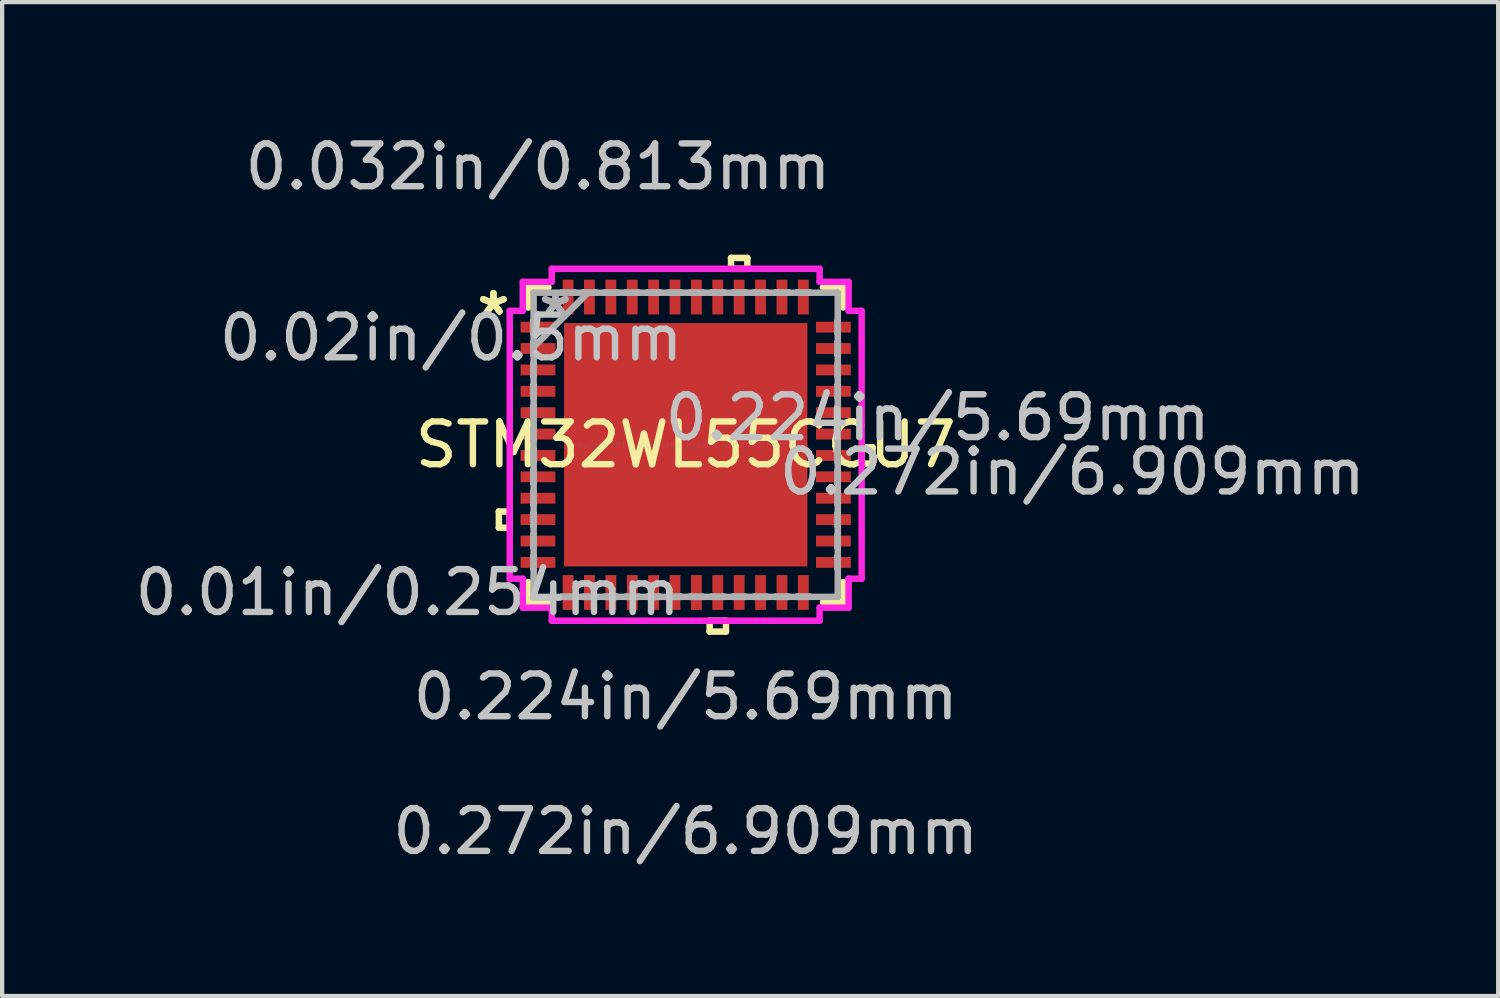
<source format=kicad_pcb>
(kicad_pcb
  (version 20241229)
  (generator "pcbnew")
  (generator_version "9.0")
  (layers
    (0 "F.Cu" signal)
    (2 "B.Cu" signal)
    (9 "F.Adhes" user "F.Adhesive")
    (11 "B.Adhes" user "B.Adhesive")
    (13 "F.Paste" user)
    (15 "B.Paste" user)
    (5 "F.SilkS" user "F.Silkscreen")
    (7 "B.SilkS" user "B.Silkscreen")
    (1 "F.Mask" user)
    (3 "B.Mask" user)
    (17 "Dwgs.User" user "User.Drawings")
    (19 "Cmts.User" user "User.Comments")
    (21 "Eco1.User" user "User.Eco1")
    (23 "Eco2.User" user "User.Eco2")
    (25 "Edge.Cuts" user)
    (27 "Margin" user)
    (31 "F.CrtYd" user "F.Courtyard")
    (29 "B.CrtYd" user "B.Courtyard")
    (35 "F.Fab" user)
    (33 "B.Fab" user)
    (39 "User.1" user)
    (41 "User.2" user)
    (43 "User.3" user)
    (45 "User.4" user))
  (footprint "STM32WL55CCU7"
    (layer "F.Cu")
    (at 12.985 7.351)
    (property "Reference" "STM32WL55CCU7" (at 0 0 0) (layer "F.SilkS") (effects (font (size 1 1) (thickness 0.15))))
    (attr through_hole)
    (fp_line (start -4.369 1.56) (end -4.369 1.941) (stroke (width 0.152) (type solid)) (layer "F.SilkS"))
    (fp_line (start -4.369 1.941) (end -4.115 1.941) (stroke (width 0.152) (type solid)) (layer "F.SilkS"))
    (fp_line (start -4.115 1.56) (end -4.369 1.56) (stroke (width 0.152) (type solid)) (layer "F.SilkS"))
    (fp_line (start -4.115 1.941) (end -4.115 1.56) (stroke (width 0.152) (type solid)) (layer "F.SilkS"))
    (fp_line (start -3.683 -3.683) (end -3.683 -3.21) (stroke (width 0.152) (type solid)) (layer "F.SilkS"))
    (fp_line (start -3.683 3.21) (end -3.683 3.683) (stroke (width 0.152) (type solid)) (layer "F.SilkS"))
    (fp_line (start -3.683 3.683) (end -3.21 3.683) (stroke (width 0.152) (type solid)) (layer "F.SilkS"))
    (fp_line (start -3.21 -3.683) (end -3.683 -3.683) (stroke (width 0.152) (type solid)) (layer "F.SilkS"))
    (fp_line (start 0.56 4.115) (end 0.56 4.369) (stroke (width 0.152) (type solid)) (layer "F.SilkS"))
    (fp_line (start 0.56 4.369) (end 0.941 4.369) (stroke (width 0.152) (type solid)) (layer "F.SilkS"))
    (fp_line (start 0.941 4.115) (end 0.56 4.115) (stroke (width 0.152) (type solid)) (layer "F.SilkS"))
    (fp_line (start 0.941 4.369) (end 0.941 4.115) (stroke (width 0.152) (type solid)) (layer "F.SilkS"))
    (fp_line (start 1.06 -4.369) (end 1.441 -4.369) (stroke (width 0.152) (type solid)) (layer "F.SilkS"))
    (fp_line (start 1.06 -4.115) (end 1.06 -4.369) (stroke (width 0.152) (type solid)) (layer "F.SilkS"))
    (fp_line (start 1.441 -4.369) (end 1.441 -4.115) (stroke (width 0.152) (type solid)) (layer "F.SilkS"))
    (fp_line (start 1.441 -4.115) (end 1.06 -4.115) (stroke (width 0.152) (type solid)) (layer "F.SilkS"))
    (fp_line (start 3.21 3.683) (end 3.683 3.683) (stroke (width 0.152) (type solid)) (layer "F.SilkS"))
    (fp_line (start 3.683 -3.683) (end 3.21 -3.683) (stroke (width 0.152) (type solid)) (layer "F.SilkS"))
    (fp_line (start 3.683 -3.21) (end 3.683 -3.683) (stroke (width 0.152) (type solid)) (layer "F.SilkS"))
    (fp_line (start 3.683 3.683) (end 3.683 3.21) (stroke (width 0.152) (type solid)) (layer "F.SilkS"))
    (fp_line (start 4.115 0.06) (end 4.369 0.06) (stroke (width 0.152) (type solid)) (layer "F.SilkS"))
    (fp_line (start 4.115 0.441) (end 4.115 0.06) (stroke (width 0.152) (type solid)) (layer "F.SilkS"))
    (fp_line (start 4.369 0.06) (end 4.369 0.441) (stroke (width 0.152) (type solid)) (layer "F.SilkS"))
    (fp_line (start 4.369 0.441) (end 4.115 0.441) (stroke (width 0.152) (type solid)) (layer "F.SilkS"))
    (fp_line (start -2.745 -2.745) (end -2.745 -1.522) (stroke (width 0.152) (type solid)) (layer "F.Paste"))
    (fp_line (start -2.745 -1.522) (end -1.522 -1.522) (stroke (width 0.152) (type solid)) (layer "F.Paste"))
    (fp_line (start -2.745 -1.322) (end -2.745 -0.1) (stroke (width 0.152) (type solid)) (layer "F.Paste"))
    (fp_line (start -2.745 -0.1) (end -1.522 -0.1) (stroke (width 0.152) (type solid)) (layer "F.Paste"))
    (fp_line (start -2.745 0.1) (end -2.745 1.322) (stroke (width 0.152) (type solid)) (layer "F.Paste"))
    (fp_line (start -2.745 1.322) (end -1.522 1.322) (stroke (width 0.152) (type solid)) (layer "F.Paste"))
    (fp_line (start -2.745 1.522) (end -2.745 2.745) (stroke (width 0.152) (type solid)) (layer "F.Paste"))
    (fp_line (start -2.745 2.745) (end -1.522 2.745) (stroke (width 0.152) (type solid)) (layer "F.Paste"))
    (fp_line (start -1.522 -2.745) (end -2.745 -2.745) (stroke (width 0.152) (type solid)) (layer "F.Paste"))
    (fp_line (start -1.522 -1.522) (end -1.522 -2.745) (stroke (width 0.152) (type solid)) (layer "F.Paste"))
    (fp_line (start -1.522 -1.322) (end -2.745 -1.322) (stroke (width 0.152) (type solid)) (layer "F.Paste"))
    (fp_line (start -1.522 -0.1) (end -1.522 -1.322) (stroke (width 0.152) (type solid)) (layer "F.Paste"))
    (fp_line (start -1.522 0.1) (end -2.745 0.1) (stroke (width 0.152) (type solid)) (layer "F.Paste"))
    (fp_line (start -1.522 1.322) (end -1.522 0.1) (stroke (width 0.152) (type solid)) (layer "F.Paste"))
    (fp_line (start -1.522 1.522) (end -2.745 1.522) (stroke (width 0.152) (type solid)) (layer "F.Paste"))
    (fp_line (start -1.522 2.745) (end -1.522 1.522) (stroke (width 0.152) (type solid)) (layer "F.Paste"))
    (fp_line (start -1.322 -2.745) (end -1.322 -1.522) (stroke (width 0.152) (type solid)) (layer "F.Paste"))
    (fp_line (start -1.322 -1.522) (end -0.1 -1.522) (stroke (width 0.152) (type solid)) (layer "F.Paste"))
    (fp_line (start -1.322 -1.322) (end -1.322 -0.1) (stroke (width 0.152) (type solid)) (layer "F.Paste"))
    (fp_line (start -1.322 -0.1) (end -0.1 -0.1) (stroke (width 0.152) (type solid)) (layer "F.Paste"))
    (fp_line (start -1.322 0.1) (end -1.322 1.322) (stroke (width 0.152) (type solid)) (layer "F.Paste"))
    (fp_line (start -1.322 1.322) (end -0.1 1.322) (stroke (width 0.152) (type solid)) (layer "F.Paste"))
    (fp_line (start -1.322 1.522) (end -1.322 2.745) (stroke (width 0.152) (type solid)) (layer "F.Paste"))
    (fp_line (start -1.322 2.745) (end -0.1 2.745) (stroke (width 0.152) (type solid)) (layer "F.Paste"))
    (fp_line (start -0.1 -2.745) (end -1.322 -2.745) (stroke (width 0.152) (type solid)) (layer "F.Paste"))
    (fp_line (start -0.1 -1.522) (end -0.1 -2.745) (stroke (width 0.152) (type solid)) (layer "F.Paste"))
    (fp_line (start -0.1 -1.322) (end -1.322 -1.322) (stroke (width 0.152) (type solid)) (layer "F.Paste"))
    (fp_line (start -0.1 -0.1) (end -0.1 -1.322) (stroke (width 0.152) (type solid)) (layer "F.Paste"))
    (fp_line (start -0.1 0.1) (end -1.322 0.1) (stroke (width 0.152) (type solid)) (layer "F.Paste"))
    (fp_line (start -0.1 1.322) (end -0.1 0.1) (stroke (width 0.152) (type solid)) (layer "F.Paste"))
    (fp_line (start -0.1 1.522) (end -1.322 1.522) (stroke (width 0.152) (type solid)) (layer "F.Paste"))
    (fp_line (start -0.1 2.745) (end -0.1 1.522) (stroke (width 0.152) (type solid)) (layer "F.Paste"))
    (fp_line (start 0.1 -2.745) (end 0.1 -1.522) (stroke (width 0.152) (type solid)) (layer "F.Paste"))
    (fp_line (start 0.1 -1.522) (end 1.322 -1.522) (stroke (width 0.152) (type solid)) (layer "F.Paste"))
    (fp_line (start 0.1 -1.322) (end 0.1 -0.1) (stroke (width 0.152) (type solid)) (layer "F.Paste"))
    (fp_line (start 0.1 -0.1) (end 1.322 -0.1) (stroke (width 0.152) (type solid)) (layer "F.Paste"))
    (fp_line (start 0.1 0.1) (end 0.1 1.322) (stroke (width 0.152) (type solid)) (layer "F.Paste"))
    (fp_line (start 0.1 1.322) (end 1.322 1.322) (stroke (width 0.152) (type solid)) (layer "F.Paste"))
    (fp_line (start 0.1 1.522) (end 0.1 2.745) (stroke (width 0.152) (type solid)) (layer "F.Paste"))
    (fp_line (start 0.1 2.745) (end 1.322 2.745) (stroke (width 0.152) (type solid)) (layer "F.Paste"))
    (fp_line (start 1.322 -2.745) (end 0.1 -2.745) (stroke (width 0.152) (type solid)) (layer "F.Paste"))
    (fp_line (start 1.322 -1.522) (end 1.322 -2.745) (stroke (width 0.152) (type solid)) (layer "F.Paste"))
    (fp_line (start 1.322 -1.322) (end 0.1 -1.322) (stroke (width 0.152) (type solid)) (layer "F.Paste"))
    (fp_line (start 1.322 -0.1) (end 1.322 -1.322) (stroke (width 0.152) (type solid)) (layer "F.Paste"))
    (fp_line (start 1.322 0.1) (end 0.1 0.1) (stroke (width 0.152) (type solid)) (layer "F.Paste"))
    (fp_line (start 1.322 1.322) (end 1.322 0.1) (stroke (width 0.152) (type solid)) (layer "F.Paste"))
    (fp_line (start 1.322 1.522) (end 0.1 1.522) (stroke (width 0.152) (type solid)) (layer "F.Paste"))
    (fp_line (start 1.322 2.745) (end 1.322 1.522) (stroke (width 0.152) (type solid)) (layer "F.Paste"))
    (fp_line (start 1.522 -2.745) (end 1.522 -1.522) (stroke (width 0.152) (type solid)) (layer "F.Paste"))
    (fp_line (start 1.522 -1.522) (end 2.745 -1.522) (stroke (width 0.152) (type solid)) (layer "F.Paste"))
    (fp_line (start 1.522 -1.322) (end 1.522 -0.1) (stroke (width 0.152) (type solid)) (layer "F.Paste"))
    (fp_line (start 1.522 -0.1) (end 2.745 -0.1) (stroke (width 0.152) (type solid)) (layer "F.Paste"))
    (fp_line (start 1.522 0.1) (end 1.522 1.322) (stroke (width 0.152) (type solid)) (layer "F.Paste"))
    (fp_line (start 1.522 1.322) (end 2.745 1.322) (stroke (width 0.152) (type solid)) (layer "F.Paste"))
    (fp_line (start 1.522 1.522) (end 1.522 2.745) (stroke (width 0.152) (type solid)) (layer "F.Paste"))
    (fp_line (start 1.522 2.745) (end 2.745 2.745) (stroke (width 0.152) (type solid)) (layer "F.Paste"))
    (fp_line (start 2.745 -2.745) (end 1.522 -2.745) (stroke (width 0.152) (type solid)) (layer "F.Paste"))
    (fp_line (start 2.745 -1.522) (end 2.745 -2.745) (stroke (width 0.152) (type solid)) (layer "F.Paste"))
    (fp_line (start 2.745 -1.322) (end 1.522 -1.322) (stroke (width 0.152) (type solid)) (layer "F.Paste"))
    (fp_line (start 2.745 -0.1) (end 2.745 -1.322) (stroke (width 0.152) (type solid)) (layer "F.Paste"))
    (fp_line (start 2.745 0.1) (end 1.522 0.1) (stroke (width 0.152) (type solid)) (layer "F.Paste"))
    (fp_line (start 2.745 1.322) (end 2.745 0.1) (stroke (width 0.152) (type solid)) (layer "F.Paste"))
    (fp_line (start 2.745 1.522) (end 1.522 1.522) (stroke (width 0.152) (type solid)) (layer "F.Paste"))
    (fp_line (start 2.745 2.745) (end 2.745 1.522) (stroke (width 0.152) (type solid)) (layer "F.Paste"))
    (fp_line (start -4.115 -3.132) (end -3.81 -3.132) (stroke (width 0.152) (type solid)) (layer "F.CrtYd"))
    (fp_line (start -4.115 3.132) (end -4.115 -3.132) (stroke (width 0.152) (type solid)) (layer "F.CrtYd"))
    (fp_line (start -3.81 -3.81) (end -3.132 -3.81) (stroke (width 0.152) (type solid)) (layer "F.CrtYd"))
    (fp_line (start -3.81 -3.132) (end -3.81 -3.81) (stroke (width 0.152) (type solid)) (layer "F.CrtYd"))
    (fp_line (start -3.81 3.132) (end -4.115 3.132) (stroke (width 0.152) (type solid)) (layer "F.CrtYd"))
    (fp_line (start -3.81 3.81) (end -3.81 3.132) (stroke (width 0.152) (type solid)) (layer "F.CrtYd"))
    (fp_line (start -3.132 -4.115) (end 3.132 -4.115) (stroke (width 0.152) (type solid)) (layer "F.CrtYd"))
    (fp_line (start -3.132 -3.81) (end -3.132 -4.115) (stroke (width 0.152) (type solid)) (layer "F.CrtYd"))
    (fp_line (start -3.132 3.81) (end -3.81 3.81) (stroke (width 0.152) (type solid)) (layer "F.CrtYd"))
    (fp_line (start -3.132 4.115) (end -3.132 3.81) (stroke (width 0.152) (type solid)) (layer "F.CrtYd"))
    (fp_line (start 3.132 -4.115) (end 3.132 -3.81) (stroke (width 0.152) (type solid)) (layer "F.CrtYd"))
    (fp_line (start 3.132 -3.81) (end 3.81 -3.81) (stroke (width 0.152) (type solid)) (layer "F.CrtYd"))
    (fp_line (start 3.132 3.81) (end 3.132 4.115) (stroke (width 0.152) (type solid)) (layer "F.CrtYd"))
    (fp_line (start 3.132 4.115) (end -3.132 4.115) (stroke (width 0.152) (type solid)) (layer "F.CrtYd"))
    (fp_line (start 3.81 -3.81) (end 3.81 -3.132) (stroke (width 0.152) (type solid)) (layer "F.CrtYd"))
    (fp_line (start 3.81 -3.132) (end 4.115 -3.132) (stroke (width 0.152) (type solid)) (layer "F.CrtYd"))
    (fp_line (start 3.81 3.132) (end 3.81 3.81) (stroke (width 0.152) (type solid)) (layer "F.CrtYd"))
    (fp_line (start 3.81 3.81) (end 3.132 3.81) (stroke (width 0.152) (type solid)) (layer "F.CrtYd"))
    (fp_line (start 4.115 -3.132) (end 4.115 3.132) (stroke (width 0.152) (type solid)) (layer "F.CrtYd"))
    (fp_line (start 4.115 3.132) (end 3.81 3.132) (stroke (width 0.152) (type solid)) (layer "F.CrtYd"))
    (fp_line (start -3.556 -3.556) (end -3.556 -3.556) (stroke (width 0.152) (type solid)) (layer "F.Fab"))
    (fp_line (start -3.556 -3.556) (end -3.556 3.556) (stroke (width 0.152) (type solid)) (layer "F.Fab"))
    (fp_line (start -3.556 -2.903) (end -3.556 -2.903) (stroke (width 0.152) (type solid)) (layer "F.Fab"))
    (fp_line (start -3.556 -2.903) (end -3.556 -2.598) (stroke (width 0.152) (type solid)) (layer "F.Fab"))
    (fp_line (start -3.556 -2.598) (end -3.556 -2.903) (stroke (width 0.152) (type solid)) (layer "F.Fab"))
    (fp_line (start -3.556 -2.598) (end -3.556 -2.598) (stroke (width 0.152) (type solid)) (layer "F.Fab"))
    (fp_line (start -3.556 -2.403) (end -3.556 -2.403) (stroke (width 0.152) (type solid)) (layer "F.Fab"))
    (fp_line (start -3.556 -2.403) (end -3.556 -2.098) (stroke (width 0.152) (type solid)) (layer "F.Fab"))
    (fp_line (start -3.556 -2.286) (end -2.286 -3.556) (stroke (width 0.152) (type solid)) (layer "F.Fab"))
    (fp_line (start -3.556 -2.098) (end -3.556 -2.403) (stroke (width 0.152) (type solid)) (layer "F.Fab"))
    (fp_line (start -3.556 -2.098) (end -3.556 -2.098) (stroke (width 0.152) (type solid)) (layer "F.Fab"))
    (fp_line (start -3.556 -1.903) (end -3.556 -1.903) (stroke (width 0.152) (type solid)) (layer "F.Fab"))
    (fp_line (start -3.556 -1.903) (end -3.556 -1.598) (stroke (width 0.152) (type solid)) (layer "F.Fab"))
    (fp_line (start -3.556 -1.598) (end -3.556 -1.903) (stroke (width 0.152) (type solid)) (layer "F.Fab"))
    (fp_line (start -3.556 -1.598) (end -3.556 -1.598) (stroke (width 0.152) (type solid)) (layer "F.Fab"))
    (fp_line (start -3.556 -1.403) (end -3.556 -1.403) (stroke (width 0.152) (type solid)) (layer "F.Fab"))
    (fp_line (start -3.556 -1.403) (end -3.556 -1.098) (stroke (width 0.152) (type solid)) (layer "F.Fab"))
    (fp_line (start -3.556 -1.098) (end -3.556 -1.403) (stroke (width 0.152) (type solid)) (layer "F.Fab"))
    (fp_line (start -3.556 -1.098) (end -3.556 -1.098) (stroke (width 0.152) (type solid)) (layer "F.Fab"))
    (fp_line (start -3.556 -0.903) (end -3.556 -0.903) (stroke (width 0.152) (type solid)) (layer "F.Fab"))
    (fp_line (start -3.556 -0.903) (end -3.556 -0.598) (stroke (width 0.152) (type solid)) (layer "F.Fab"))
    (fp_line (start -3.556 -0.598) (end -3.556 -0.903) (stroke (width 0.152) (type solid)) (layer "F.Fab"))
    (fp_line (start -3.556 -0.598) (end -3.556 -0.598) (stroke (width 0.152) (type solid)) (layer "F.Fab"))
    (fp_line (start -3.556 -0.402) (end -3.556 -0.402) (stroke (width 0.152) (type solid)) (layer "F.Fab"))
    (fp_line (start -3.556 -0.402) (end -3.556 -0.098) (stroke (width 0.152) (type solid)) (layer "F.Fab"))
    (fp_line (start -3.556 -0.098) (end -3.556 -0.402) (stroke (width 0.152) (type solid)) (layer "F.Fab"))
    (fp_line (start -3.556 -0.098) (end -3.556 -0.098) (stroke (width 0.152) (type solid)) (layer "F.Fab"))
    (fp_line (start -3.556 0.098) (end -3.556 0.098) (stroke (width 0.152) (type solid)) (layer "F.Fab"))
    (fp_line (start -3.556 0.098) (end -3.556 0.402) (stroke (width 0.152) (type solid)) (layer "F.Fab"))
    (fp_line (start -3.556 0.402) (end -3.556 0.098) (stroke (width 0.152) (type solid)) (layer "F.Fab"))
    (fp_line (start -3.556 0.402) (end -3.556 0.402) (stroke (width 0.152) (type solid)) (layer "F.Fab"))
    (fp_line (start -3.556 0.598) (end -3.556 0.598) (stroke (width 0.152) (type solid)) (layer "F.Fab"))
    (fp_line (start -3.556 0.598) (end -3.556 0.903) (stroke (width 0.152) (type solid)) (layer "F.Fab"))
    (fp_line (start -3.556 0.903) (end -3.556 0.598) (stroke (width 0.152) (type solid)) (layer "F.Fab"))
    (fp_line (start -3.556 0.903) (end -3.556 0.903) (stroke (width 0.152) (type solid)) (layer "F.Fab"))
    (fp_line (start -3.556 1.098) (end -3.556 1.098) (stroke (width 0.152) (type solid)) (layer "F.Fab"))
    (fp_line (start -3.556 1.098) (end -3.556 1.403) (stroke (width 0.152) (type solid)) (layer "F.Fab"))
    (fp_line (start -3.556 1.403) (end -3.556 1.098) (stroke (width 0.152) (type solid)) (layer "F.Fab"))
    (fp_line (start -3.556 1.403) (end -3.556 1.403) (stroke (width 0.152) (type solid)) (layer "F.Fab"))
    (fp_line (start -3.556 1.598) (end -3.556 1.598) (stroke (width 0.152) (type solid)) (layer "F.Fab"))
    (fp_line (start -3.556 1.598) (end -3.556 1.903) (stroke (width 0.152) (type solid)) (layer "F.Fab"))
    (fp_line (start -3.556 1.903) (end -3.556 1.598) (stroke (width 0.152) (type solid)) (layer "F.Fab"))
    (fp_line (start -3.556 1.903) (end -3.556 1.903) (stroke (width 0.152) (type solid)) (layer "F.Fab"))
    (fp_line (start -3.556 2.098) (end -3.556 2.098) (stroke (width 0.152) (type solid)) (layer "F.Fab"))
    (fp_line (start -3.556 2.098) (end -3.556 2.403) (stroke (width 0.152) (type solid)) (layer "F.Fab"))
    (fp_line (start -3.556 2.403) (end -3.556 2.098) (stroke (width 0.152) (type solid)) (layer "F.Fab"))
    (fp_line (start -3.556 2.403) (end -3.556 2.403) (stroke (width 0.152) (type solid)) (layer "F.Fab"))
    (fp_line (start -3.556 2.598) (end -3.556 2.598) (stroke (width 0.152) (type solid)) (layer "F.Fab"))
    (fp_line (start -3.556 2.598) (end -3.556 2.903) (stroke (width 0.152) (type solid)) (layer "F.Fab"))
    (fp_line (start -3.556 2.903) (end -3.556 2.598) (stroke (width 0.152) (type solid)) (layer "F.Fab"))
    (fp_line (start -3.556 2.903) (end -3.556 2.903) (stroke (width 0.152) (type solid)) (layer "F.Fab"))
    (fp_line (start -3.556 3.556) (end -3.556 3.556) (stroke (width 0.152) (type solid)) (layer "F.Fab"))
    (fp_line (start -3.556 3.556) (end 3.556 3.556) (stroke (width 0.152) (type solid)) (layer "F.Fab"))
    (fp_line (start -2.903 -3.556) (end -2.903 -3.556) (stroke (width 0.152) (type solid)) (layer "F.Fab"))
    (fp_line (start -2.903 -3.556) (end -2.598 -3.556) (stroke (width 0.152) (type solid)) (layer "F.Fab"))
    (fp_line (start -2.903 3.556) (end -2.903 3.556) (stroke (width 0.152) (type solid)) (layer "F.Fab"))
    (fp_line (start -2.903 3.556) (end -2.598 3.556) (stroke (width 0.152) (type solid)) (layer "F.Fab"))
    (fp_line (start -2.598 -3.556) (end -2.903 -3.556) (stroke (width 0.152) (type solid)) (layer "F.Fab"))
    (fp_line (start -2.598 -3.556) (end -2.598 -3.556) (stroke (width 0.152) (type solid)) (layer "F.Fab"))
    (fp_line (start -2.598 3.556) (end -2.903 3.556) (stroke (width 0.152) (type solid)) (layer "F.Fab"))
    (fp_line (start -2.598 3.556) (end -2.598 3.556) (stroke (width 0.152) (type solid)) (layer "F.Fab"))
    (fp_line (start -2.403 -3.556) (end -2.403 -3.556) (stroke (width 0.152) (type solid)) (layer "F.Fab"))
    (fp_line (start -2.403 -3.556) (end -2.098 -3.556) (stroke (width 0.152) (type solid)) (layer "F.Fab"))
    (fp_line (start -2.403 3.556) (end -2.403 3.556) (stroke (width 0.152) (type solid)) (layer "F.Fab"))
    (fp_line (start -2.403 3.556) (end -2.098 3.556) (stroke (width 0.152) (type solid)) (layer "F.Fab"))
    (fp_line (start -2.098 -3.556) (end -2.403 -3.556) (stroke (width 0.152) (type solid)) (layer "F.Fab"))
    (fp_line (start -2.098 -3.556) (end -2.098 -3.556) (stroke (width 0.152) (type solid)) (layer "F.Fab"))
    (fp_line (start -2.098 3.556) (end -2.403 3.556) (stroke (width 0.152) (type solid)) (layer "F.Fab"))
    (fp_line (start -2.098 3.556) (end -2.098 3.556) (stroke (width 0.152) (type solid)) (layer "F.Fab"))
    (fp_line (start -1.903 -3.556) (end -1.903 -3.556) (stroke (width 0.152) (type solid)) (layer "F.Fab"))
    (fp_line (start -1.903 -3.556) (end -1.598 -3.556) (stroke (width 0.152) (type solid)) (layer "F.Fab"))
    (fp_line (start -1.903 3.556) (end -1.903 3.556) (stroke (width 0.152) (type solid)) (layer "F.Fab"))
    (fp_line (start -1.903 3.556) (end -1.598 3.556) (stroke (width 0.152) (type solid)) (layer "F.Fab"))
    (fp_line (start -1.598 -3.556) (end -1.903 -3.556) (stroke (width 0.152) (type solid)) (layer "F.Fab"))
    (fp_line (start -1.598 -3.556) (end -1.598 -3.556) (stroke (width 0.152) (type solid)) (layer "F.Fab"))
    (fp_line (start -1.598 3.556) (end -1.903 3.556) (stroke (width 0.152) (type solid)) (layer "F.Fab"))
    (fp_line (start -1.598 3.556) (end -1.598 3.556) (stroke (width 0.152) (type solid)) (layer "F.Fab"))
    (fp_line (start -1.403 -3.556) (end -1.403 -3.556) (stroke (width 0.152) (type solid)) (layer "F.Fab"))
    (fp_line (start -1.403 -3.556) (end -1.098 -3.556) (stroke (width 0.152) (type solid)) (layer "F.Fab"))
    (fp_line (start -1.403 3.556) (end -1.403 3.556) (stroke (width 0.152) (type solid)) (layer "F.Fab"))
    (fp_line (start -1.403 3.556) (end -1.098 3.556) (stroke (width 0.152) (type solid)) (layer "F.Fab"))
    (fp_line (start -1.098 -3.556) (end -1.403 -3.556) (stroke (width 0.152) (type solid)) (layer "F.Fab"))
    (fp_line (start -1.098 -3.556) (end -1.098 -3.556) (stroke (width 0.152) (type solid)) (layer "F.Fab"))
    (fp_line (start -1.098 3.556) (end -1.403 3.556) (stroke (width 0.152) (type solid)) (layer "F.Fab"))
    (fp_line (start -1.098 3.556) (end -1.098 3.556) (stroke (width 0.152) (type solid)) (layer "F.Fab"))
    (fp_line (start -0.903 -3.556) (end -0.903 -3.556) (stroke (width 0.152) (type solid)) (layer "F.Fab"))
    (fp_line (start -0.903 -3.556) (end -0.598 -3.556) (stroke (width 0.152) (type solid)) (layer "F.Fab"))
    (fp_line (start -0.903 3.556) (end -0.903 3.556) (stroke (width 0.152) (type solid)) (layer "F.Fab"))
    (fp_line (start -0.903 3.556) (end -0.598 3.556) (stroke (width 0.152) (type solid)) (layer "F.Fab"))
    (fp_line (start -0.598 -3.556) (end -0.903 -3.556) (stroke (width 0.152) (type solid)) (layer "F.Fab"))
    (fp_line (start -0.598 -3.556) (end -0.598 -3.556) (stroke (width 0.152) (type solid)) (layer "F.Fab"))
    (fp_line (start -0.598 3.556) (end -0.903 3.556) (stroke (width 0.152) (type solid)) (layer "F.Fab"))
    (fp_line (start -0.598 3.556) (end -0.598 3.556) (stroke (width 0.152) (type solid)) (layer "F.Fab"))
    (fp_line (start -0.402 -3.556) (end -0.402 -3.556) (stroke (width 0.152) (type solid)) (layer "F.Fab"))
    (fp_line (start -0.402 -3.556) (end -0.098 -3.556) (stroke (width 0.152) (type solid)) (layer "F.Fab"))
    (fp_line (start -0.402 3.556) (end -0.402 3.556) (stroke (width 0.152) (type solid)) (layer "F.Fab"))
    (fp_line (start -0.402 3.556) (end -0.098 3.556) (stroke (width 0.152) (type solid)) (layer "F.Fab"))
    (fp_line (start -0.098 -3.556) (end -0.402 -3.556) (stroke (width 0.152) (type solid)) (layer "F.Fab"))
    (fp_line (start -0.098 -3.556) (end -0.098 -3.556) (stroke (width 0.152) (type solid)) (layer "F.Fab"))
    (fp_line (start -0.098 3.556) (end -0.402 3.556) (stroke (width 0.152) (type solid)) (layer "F.Fab"))
    (fp_line (start -0.098 3.556) (end -0.098 3.556) (stroke (width 0.152) (type solid)) (layer "F.Fab"))
    (fp_line (start 0.098 -3.556) (end 0.098 -3.556) (stroke (width 0.152) (type solid)) (layer "F.Fab"))
    (fp_line (start 0.098 -3.556) (end 0.402 -3.556) (stroke (width 0.152) (type solid)) (layer "F.Fab"))
    (fp_line (start 0.098 3.556) (end 0.098 3.556) (stroke (width 0.152) (type solid)) (layer "F.Fab"))
    (fp_line (start 0.098 3.556) (end 0.402 3.556) (stroke (width 0.152) (type solid)) (layer "F.Fab"))
    (fp_line (start 0.402 -3.556) (end 0.098 -3.556) (stroke (width 0.152) (type solid)) (layer "F.Fab"))
    (fp_line (start 0.402 -3.556) (end 0.402 -3.556) (stroke (width 0.152) (type solid)) (layer "F.Fab"))
    (fp_line (start 0.402 3.556) (end 0.098 3.556) (stroke (width 0.152) (type solid)) (layer "F.Fab"))
    (fp_line (start 0.402 3.556) (end 0.402 3.556) (stroke (width 0.152) (type solid)) (layer "F.Fab"))
    (fp_line (start 0.598 -3.556) (end 0.598 -3.556) (stroke (width 0.152) (type solid)) (layer "F.Fab"))
    (fp_line (start 0.598 -3.556) (end 0.903 -3.556) (stroke (width 0.152) (type solid)) (layer "F.Fab"))
    (fp_line (start 0.598 3.556) (end 0.598 3.556) (stroke (width 0.152) (type solid)) (layer "F.Fab"))
    (fp_line (start 0.598 3.556) (end 0.903 3.556) (stroke (width 0.152) (type solid)) (layer "F.Fab"))
    (fp_line (start 0.903 -3.556) (end 0.598 -3.556) (stroke (width 0.152) (type solid)) (layer "F.Fab"))
    (fp_line (start 0.903 -3.556) (end 0.903 -3.556) (stroke (width 0.152) (type solid)) (layer "F.Fab"))
    (fp_line (start 0.903 3.556) (end 0.598 3.556) (stroke (width 0.152) (type solid)) (layer "F.Fab"))
    (fp_line (start 0.903 3.556) (end 0.903 3.556) (stroke (width 0.152) (type solid)) (layer "F.Fab"))
    (fp_line (start 1.098 -3.556) (end 1.098 -3.556) (stroke (width 0.152) (type solid)) (layer "F.Fab"))
    (fp_line (start 1.098 -3.556) (end 1.403 -3.556) (stroke (width 0.152) (type solid)) (layer "F.Fab"))
    (fp_line (start 1.098 3.556) (end 1.098 3.556) (stroke (width 0.152) (type solid)) (layer "F.Fab"))
    (fp_line (start 1.098 3.556) (end 1.403 3.556) (stroke (width 0.152) (type solid)) (layer "F.Fab"))
    (fp_line (start 1.403 -3.556) (end 1.098 -3.556) (stroke (width 0.152) (type solid)) (layer "F.Fab"))
    (fp_line (start 1.403 -3.556) (end 1.403 -3.556) (stroke (width 0.152) (type solid)) (layer "F.Fab"))
    (fp_line (start 1.403 3.556) (end 1.098 3.556) (stroke (width 0.152) (type solid)) (layer "F.Fab"))
    (fp_line (start 1.403 3.556) (end 1.403 3.556) (stroke (width 0.152) (type solid)) (layer "F.Fab"))
    (fp_line (start 1.598 -3.556) (end 1.598 -3.556) (stroke (width 0.152) (type solid)) (layer "F.Fab"))
    (fp_line (start 1.598 -3.556) (end 1.903 -3.556) (stroke (width 0.152) (type solid)) (layer "F.Fab"))
    (fp_line (start 1.598 3.556) (end 1.598 3.556) (stroke (width 0.152) (type solid)) (layer "F.Fab"))
    (fp_line (start 1.598 3.556) (end 1.903 3.556) (stroke (width 0.152) (type solid)) (layer "F.Fab"))
    (fp_line (start 1.903 -3.556) (end 1.598 -3.556) (stroke (width 0.152) (type solid)) (layer "F.Fab"))
    (fp_line (start 1.903 -3.556) (end 1.903 -3.556) (stroke (width 0.152) (type solid)) (layer "F.Fab"))
    (fp_line (start 1.903 3.556) (end 1.598 3.556) (stroke (width 0.152) (type solid)) (layer "F.Fab"))
    (fp_line (start 1.903 3.556) (end 1.903 3.556) (stroke (width 0.152) (type solid)) (layer "F.Fab"))
    (fp_line (start 2.098 -3.556) (end 2.098 -3.556) (stroke (width 0.152) (type solid)) (layer "F.Fab"))
    (fp_line (start 2.098 -3.556) (end 2.403 -3.556) (stroke (width 0.152) (type solid)) (layer "F.Fab"))
    (fp_line (start 2.098 3.556) (end 2.098 3.556) (stroke (width 0.152) (type solid)) (layer "F.Fab"))
    (fp_line (start 2.098 3.556) (end 2.403 3.556) (stroke (width 0.152) (type solid)) (layer "F.Fab"))
    (fp_line (start 2.403 -3.556) (end 2.098 -3.556) (stroke (width 0.152) (type solid)) (layer "F.Fab"))
    (fp_line (start 2.403 -3.556) (end 2.403 -3.556) (stroke (width 0.152) (type solid)) (layer "F.Fab"))
    (fp_line (start 2.403 3.556) (end 2.098 3.556) (stroke (width 0.152) (type solid)) (layer "F.Fab"))
    (fp_line (start 2.403 3.556) (end 2.403 3.556) (stroke (width 0.152) (type solid)) (layer "F.Fab"))
    (fp_line (start 2.598 -3.556) (end 2.598 -3.556) (stroke (width 0.152) (type solid)) (layer "F.Fab"))
    (fp_line (start 2.598 -3.556) (end 2.903 -3.556) (stroke (width 0.152) (type solid)) (layer "F.Fab"))
    (fp_line (start 2.598 3.556) (end 2.598 3.556) (stroke (width 0.152) (type solid)) (layer "F.Fab"))
    (fp_line (start 2.598 3.556) (end 2.903 3.556) (stroke (width 0.152) (type solid)) (layer "F.Fab"))
    (fp_line (start 2.903 -3.556) (end 2.598 -3.556) (stroke (width 0.152) (type solid)) (layer "F.Fab"))
    (fp_line (start 2.903 -3.556) (end 2.903 -3.556) (stroke (width 0.152) (type solid)) (layer "F.Fab"))
    (fp_line (start 2.903 3.556) (end 2.598 3.556) (stroke (width 0.152) (type solid)) (layer "F.Fab"))
    (fp_line (start 2.903 3.556) (end 2.903 3.556) (stroke (width 0.152) (type solid)) (layer "F.Fab"))
    (fp_line (start 3.556 -3.556) (end -3.556 -3.556) (stroke (width 0.152) (type solid)) (layer "F.Fab"))
    (fp_line (start 3.556 -3.556) (end 3.556 -3.556) (stroke (width 0.152) (type solid)) (layer "F.Fab"))
    (fp_line (start 3.556 -2.903) (end 3.556 -2.903) (stroke (width 0.152) (type solid)) (layer "F.Fab"))
    (fp_line (start 3.556 -2.903) (end 3.556 -2.598) (stroke (width 0.152) (type solid)) (layer "F.Fab"))
    (fp_line (start 3.556 -2.598) (end 3.556 -2.903) (stroke (width 0.152) (type solid)) (layer "F.Fab"))
    (fp_line (start 3.556 -2.598) (end 3.556 -2.598) (stroke (width 0.152) (type solid)) (layer "F.Fab"))
    (fp_line (start 3.556 -2.403) (end 3.556 -2.403) (stroke (width 0.152) (type solid)) (layer "F.Fab"))
    (fp_line (start 3.556 -2.403) (end 3.556 -2.098) (stroke (width 0.152) (type solid)) (layer "F.Fab"))
    (fp_line (start 3.556 -2.098) (end 3.556 -2.403) (stroke (width 0.152) (type solid)) (layer "F.Fab"))
    (fp_line (start 3.556 -2.098) (end 3.556 -2.098) (stroke (width 0.152) (type solid)) (layer "F.Fab"))
    (fp_line (start 3.556 -1.903) (end 3.556 -1.903) (stroke (width 0.152) (type solid)) (layer "F.Fab"))
    (fp_line (start 3.556 -1.903) (end 3.556 -1.598) (stroke (width 0.152) (type solid)) (layer "F.Fab"))
    (fp_line (start 3.556 -1.598) (end 3.556 -1.903) (stroke (width 0.152) (type solid)) (layer "F.Fab"))
    (fp_line (start 3.556 -1.598) (end 3.556 -1.598) (stroke (width 0.152) (type solid)) (layer "F.Fab"))
    (fp_line (start 3.556 -1.403) (end 3.556 -1.403) (stroke (width 0.152) (type solid)) (layer "F.Fab"))
    (fp_line (start 3.556 -1.403) (end 3.556 -1.098) (stroke (width 0.152) (type solid)) (layer "F.Fab"))
    (fp_line (start 3.556 -1.098) (end 3.556 -1.403) (stroke (width 0.152) (type solid)) (layer "F.Fab"))
    (fp_line (start 3.556 -1.098) (end 3.556 -1.098) (stroke (width 0.152) (type solid)) (layer "F.Fab"))
    (fp_line (start 3.556 -0.903) (end 3.556 -0.903) (stroke (width 0.152) (type solid)) (layer "F.Fab"))
    (fp_line (start 3.556 -0.903) (end 3.556 -0.598) (stroke (width 0.152) (type solid)) (layer "F.Fab"))
    (fp_line (start 3.556 -0.598) (end 3.556 -0.903) (stroke (width 0.152) (type solid)) (layer "F.Fab"))
    (fp_line (start 3.556 -0.598) (end 3.556 -0.598) (stroke (width 0.152) (type solid)) (layer "F.Fab"))
    (fp_line (start 3.556 -0.402) (end 3.556 -0.402) (stroke (width 0.152) (type solid)) (layer "F.Fab"))
    (fp_line (start 3.556 -0.402) (end 3.556 -0.098) (stroke (width 0.152) (type solid)) (layer "F.Fab"))
    (fp_line (start 3.556 -0.098) (end 3.556 -0.402) (stroke (width 0.152) (type solid)) (layer "F.Fab"))
    (fp_line (start 3.556 -0.098) (end 3.556 -0.098) (stroke (width 0.152) (type solid)) (layer "F.Fab"))
    (fp_line (start 3.556 0.098) (end 3.556 0.098) (stroke (width 0.152) (type solid)) (layer "F.Fab"))
    (fp_line (start 3.556 0.098) (end 3.556 0.402) (stroke (width 0.152) (type solid)) (layer "F.Fab"))
    (fp_line (start 3.556 0.402) (end 3.556 0.098) (stroke (width 0.152) (type solid)) (layer "F.Fab"))
    (fp_line (start 3.556 0.402) (end 3.556 0.402) (stroke (width 0.152) (type solid)) (layer "F.Fab"))
    (fp_line (start 3.556 0.598) (end 3.556 0.598) (stroke (width 0.152) (type solid)) (layer "F.Fab"))
    (fp_line (start 3.556 0.598) (end 3.556 0.903) (stroke (width 0.152) (type solid)) (layer "F.Fab"))
    (fp_line (start 3.556 0.903) (end 3.556 0.598) (stroke (width 0.152) (type solid)) (layer "F.Fab"))
    (fp_line (start 3.556 0.903) (end 3.556 0.903) (stroke (width 0.152) (type solid)) (layer "F.Fab"))
    (fp_line (start 3.556 1.098) (end 3.556 1.098) (stroke (width 0.152) (type solid)) (layer "F.Fab"))
    (fp_line (start 3.556 1.098) (end 3.556 1.403) (stroke (width 0.152) (type solid)) (layer "F.Fab"))
    (fp_line (start 3.556 1.403) (end 3.556 1.098) (stroke (width 0.152) (type solid)) (layer "F.Fab"))
    (fp_line (start 3.556 1.403) (end 3.556 1.403) (stroke (width 0.152) (type solid)) (layer "F.Fab"))
    (fp_line (start 3.556 1.598) (end 3.556 1.598) (stroke (width 0.152) (type solid)) (layer "F.Fab"))
    (fp_line (start 3.556 1.598) (end 3.556 1.903) (stroke (width 0.152) (type solid)) (layer "F.Fab"))
    (fp_line (start 3.556 1.903) (end 3.556 1.598) (stroke (width 0.152) (type solid)) (layer "F.Fab"))
    (fp_line (start 3.556 1.903) (end 3.556 1.903) (stroke (width 0.152) (type solid)) (layer "F.Fab"))
    (fp_line (start 3.556 2.098) (end 3.556 2.098) (stroke (width 0.152) (type solid)) (layer "F.Fab"))
    (fp_line (start 3.556 2.098) (end 3.556 2.403) (stroke (width 0.152) (type solid)) (layer "F.Fab"))
    (fp_line (start 3.556 2.403) (end 3.556 2.098) (stroke (width 0.152) (type solid)) (layer "F.Fab"))
    (fp_line (start 3.556 2.403) (end 3.556 2.403) (stroke (width 0.152) (type solid)) (layer "F.Fab"))
    (fp_line (start 3.556 2.598) (end 3.556 2.598) (stroke (width 0.152) (type solid)) (layer "F.Fab"))
    (fp_line (start 3.556 2.598) (end 3.556 2.903) (stroke (width 0.152) (type solid)) (layer "F.Fab"))
    (fp_line (start 3.556 2.903) (end 3.556 2.598) (stroke (width 0.152) (type solid)) (layer "F.Fab"))
    (fp_line (start 3.556 2.903) (end 3.556 2.903) (stroke (width 0.152) (type solid)) (layer "F.Fab"))
    (fp_line (start 3.556 3.556) (end 3.556 -3.556) (stroke (width 0.152) (type solid)) (layer "F.Fab"))
    (fp_line (start 3.556 3.556) (end 3.556 3.556) (stroke (width 0.152) (type solid)) (layer "F.Fab"))
    (fp_text user "*" (at -4.496 -3.001 0) (layer "F.SilkS") (effects (font (size 1 1) (thickness 0.15))))
    (fp_text user "*" (at -4.496 -3.001 0) (layer "F.SilkS") (effects (font (size 1 1) (thickness 0.15))))
    (fp_text user "0.272in/6.909mm" (at 0 9.042 0) (layer "Dwgs.User") (effects (font (size 1 1) (thickness 0.15))))
    (fp_text user "0.272in/6.909mm" (at 9.042 0.635 0) (layer "Dwgs.User") (effects (font (size 1 1) (thickness 0.15))))
    (fp_text user "0.02in/0.5mm" (at -5.486 -2.501 0) (layer "Dwgs.User") (effects (font (size 1 1) (thickness 0.15))))
    (fp_text user "0.01in/0.254mm" (at -6.502 3.454 0) (layer "Dwgs.User") (effects (font (size 1 1) (thickness 0.15))))
    (fp_text user "0.224in/5.69mm" (at 0 5.893 0) (layer "Dwgs.User") (effects (font (size 1 1) (thickness 0.15))))
    (fp_text user "0.032in/0.813mm" (at -3.454 -6.502 0) (layer "Dwgs.User") (effects (font (size 1 1) (thickness 0.15))))
    (fp_text user "0.224in/5.69mm" (at 5.893 -0.635 0) (layer "Dwgs.User") (effects (font (size 1 1) (thickness 0.15))))
    (fp_text user "Copyright 2016 Accelerated Designs. All rights reserved." (at 0 0 0) (layer "Cmts.User") (effects (font (size 0.127 0.127) (thickness 0.002))))
    (fp_text user "*" (at -3.048 -3.001 0) (layer "F.Fab") (effects (font (size 1 1) (thickness 0.15))))
    (fp_text user "*" (at -3.048 -3.001 0) (layer "F.Fab") (effects (font (size 1 1) (thickness 0.15))))
    (pad "1" smd rect (at -3.454 -2.751 90) (size 0.254 0.813) (layers "F.Cu" "F.Mask" "F.Paste"))
    (pad "2" smd rect (at -3.454 -2.251 90) (size 0.254 0.813) (layers "F.Cu" "F.Mask" "F.Paste"))
    (pad "3" smd rect (at -3.454 -1.75 90) (size 0.254 0.813) (layers "F.Cu" "F.Mask" "F.Paste"))
    (pad "4" smd rect (at -3.454 -1.25 90) (size 0.254 0.813) (layers "F.Cu" "F.Mask" "F.Paste"))
    (pad "5" smd rect (at -3.454 -0.75 90) (size 0.254 0.813) (layers "F.Cu" "F.Mask" "F.Paste"))
    (pad "6" smd rect (at -3.454 -0.25 90) (size 0.254 0.813) (layers "F.Cu" "F.Mask" "F.Paste"))
    (pad "7" smd rect (at -3.454 0.25 90) (size 0.254 0.813) (layers "F.Cu" "F.Mask" "F.Paste"))
    (pad "8" smd rect (at -3.454 0.75 90) (size 0.254 0.813) (layers "F.Cu" "F.Mask" "F.Paste"))
    (pad "9" smd rect (at -3.454 1.25 90) (size 0.254 0.813) (layers "F.Cu" "F.Mask" "F.Paste"))
    (pad "10" smd rect (at -3.454 1.75 90) (size 0.254 0.813) (layers "F.Cu" "F.Mask" "F.Paste"))
    (pad "11" smd rect (at -3.454 2.251 90) (size 0.254 0.813) (layers "F.Cu" "F.Mask" "F.Paste"))
    (pad "12" smd rect (at -3.454 2.751 90) (size 0.254 0.813) (layers "F.Cu" "F.Mask" "F.Paste"))
    (pad "13" smd rect (at -2.751 3.454) (size 0.254 0.813) (layers "F.Cu" "F.Mask" "F.Paste"))
    (pad "14" smd rect (at -2.251 3.454) (size 0.254 0.813) (layers "F.Cu" "F.Mask" "F.Paste"))
    (pad "15" smd rect (at -1.75 3.454) (size 0.254 0.813) (layers "F.Cu" "F.Mask" "F.Paste"))
    (pad "16" smd rect (at -1.25 3.454) (size 0.254 0.813) (layers "F.Cu" "F.Mask" "F.Paste"))
    (pad "17" smd rect (at -0.75 3.454) (size 0.254 0.813) (layers "F.Cu" "F.Mask" "F.Paste"))
    (pad "18" smd rect (at -0.25 3.454) (size 0.254 0.813) (layers "F.Cu" "F.Mask" "F.Paste"))
    (pad "19" smd rect (at 0.25 3.454) (size 0.254 0.813) (layers "F.Cu" "F.Mask" "F.Paste"))
    (pad "20" smd rect (at 0.75 3.454) (size 0.254 0.813) (layers "F.Cu" "F.Mask" "F.Paste"))
    (pad "21" smd rect (at 1.25 3.454) (size 0.254 0.813) (layers "F.Cu" "F.Mask" "F.Paste"))
    (pad "22" smd rect (at 1.75 3.454) (size 0.254 0.813) (layers "F.Cu" "F.Mask" "F.Paste"))
    (pad "23" smd rect (at 2.251 3.454) (size 0.254 0.813) (layers "F.Cu" "F.Mask" "F.Paste"))
    (pad "24" smd rect (at 2.751 3.454) (size 0.254 0.813) (layers "F.Cu" "F.Mask" "F.Paste"))
    (pad "25" smd rect (at 3.454 2.751 90) (size 0.254 0.813) (layers "F.Cu" "F.Mask" "F.Paste"))
    (pad "26" smd rect (at 3.454 2.251 90) (size 0.254 0.813) (layers "F.Cu" "F.Mask" "F.Paste"))
    (pad "27" smd rect (at 3.454 1.75 90) (size 0.254 0.813) (layers "F.Cu" "F.Mask" "F.Paste"))
    (pad "28" smd rect (at 3.454 1.25 90) (size 0.254 0.813) (layers "F.Cu" "F.Mask" "F.Paste"))
    (pad "29" smd rect (at 3.454 0.75 90) (size 0.254 0.813) (layers "F.Cu" "F.Mask" "F.Paste"))
    (pad "30" smd rect (at 3.454 0.25 90) (size 0.254 0.813) (layers "F.Cu" "F.Mask" "F.Paste"))
    (pad "31" smd rect (at 3.454 -0.25 90) (size 0.254 0.813) (layers "F.Cu" "F.Mask" "F.Paste"))
    (pad "32" smd rect (at 3.454 -0.75 90) (size 0.254 0.813) (layers "F.Cu" "F.Mask" "F.Paste"))
    (pad "33" smd rect (at 3.454 -1.25 90) (size 0.254 0.813) (layers "F.Cu" "F.Mask" "F.Paste"))
    (pad "34" smd rect (at 3.454 -1.75 90) (size 0.254 0.813) (layers "F.Cu" "F.Mask" "F.Paste"))
    (pad "35" smd rect (at 3.454 -2.251 90) (size 0.254 0.813) (layers "F.Cu" "F.Mask" "F.Paste"))
    (pad "36" smd rect (at 3.454 -2.751 90) (size 0.254 0.813) (layers "F.Cu" "F.Mask" "F.Paste"))
    (pad "37" smd rect (at 2.751 -3.454) (size 0.254 0.813) (layers "F.Cu" "F.Mask" "F.Paste"))
    (pad "38" smd rect (at 2.251 -3.454) (size 0.254 0.813) (layers "F.Cu" "F.Mask" "F.Paste"))
    (pad "39" smd rect (at 1.75 -3.454) (size 0.254 0.813) (layers "F.Cu" "F.Mask" "F.Paste"))
    (pad "40" smd rect (at 1.25 -3.454) (size 0.254 0.813) (layers "F.Cu" "F.Mask" "F.Paste"))
    (pad "41" smd rect (at 0.75 -3.454) (size 0.254 0.813) (layers "F.Cu" "F.Mask" "F.Paste"))
    (pad "42" smd rect (at 0.25 -3.454) (size 0.254 0.813) (layers "F.Cu" "F.Mask" "F.Paste"))
    (pad "43" smd rect (at -0.25 -3.454) (size 0.254 0.813) (layers "F.Cu" "F.Mask" "F.Paste"))
    (pad "44" smd rect (at -0.75 -3.454) (size 0.254 0.813) (layers "F.Cu" "F.Mask" "F.Paste"))
    (pad "45" smd rect (at -1.25 -3.454) (size 0.254 0.813) (layers "F.Cu" "F.Mask" "F.Paste"))
    (pad "46" smd rect (at -1.75 -3.454) (size 0.254 0.813) (layers "F.Cu" "F.Mask" "F.Paste"))
    (pad "47" smd rect (at -2.251 -3.454) (size 0.254 0.813) (layers "F.Cu" "F.Mask" "F.Paste"))
    (pad "48" smd rect (at -2.751 -3.454) (size 0.254 0.813) (layers "F.Cu" "F.Mask" "F.Paste"))
    (pad "49" smd rect (at 0 0) (size 5.69 5.69) (layers "F.Cu" "F.Mask" "F.Paste")))
  (gr_rect
    (start -3 -3)
    (end 31.985 20.241)
    (stroke (width 0.1) (type default))
    (fill no)
    (layer "Edge.Cuts")))
</source>
